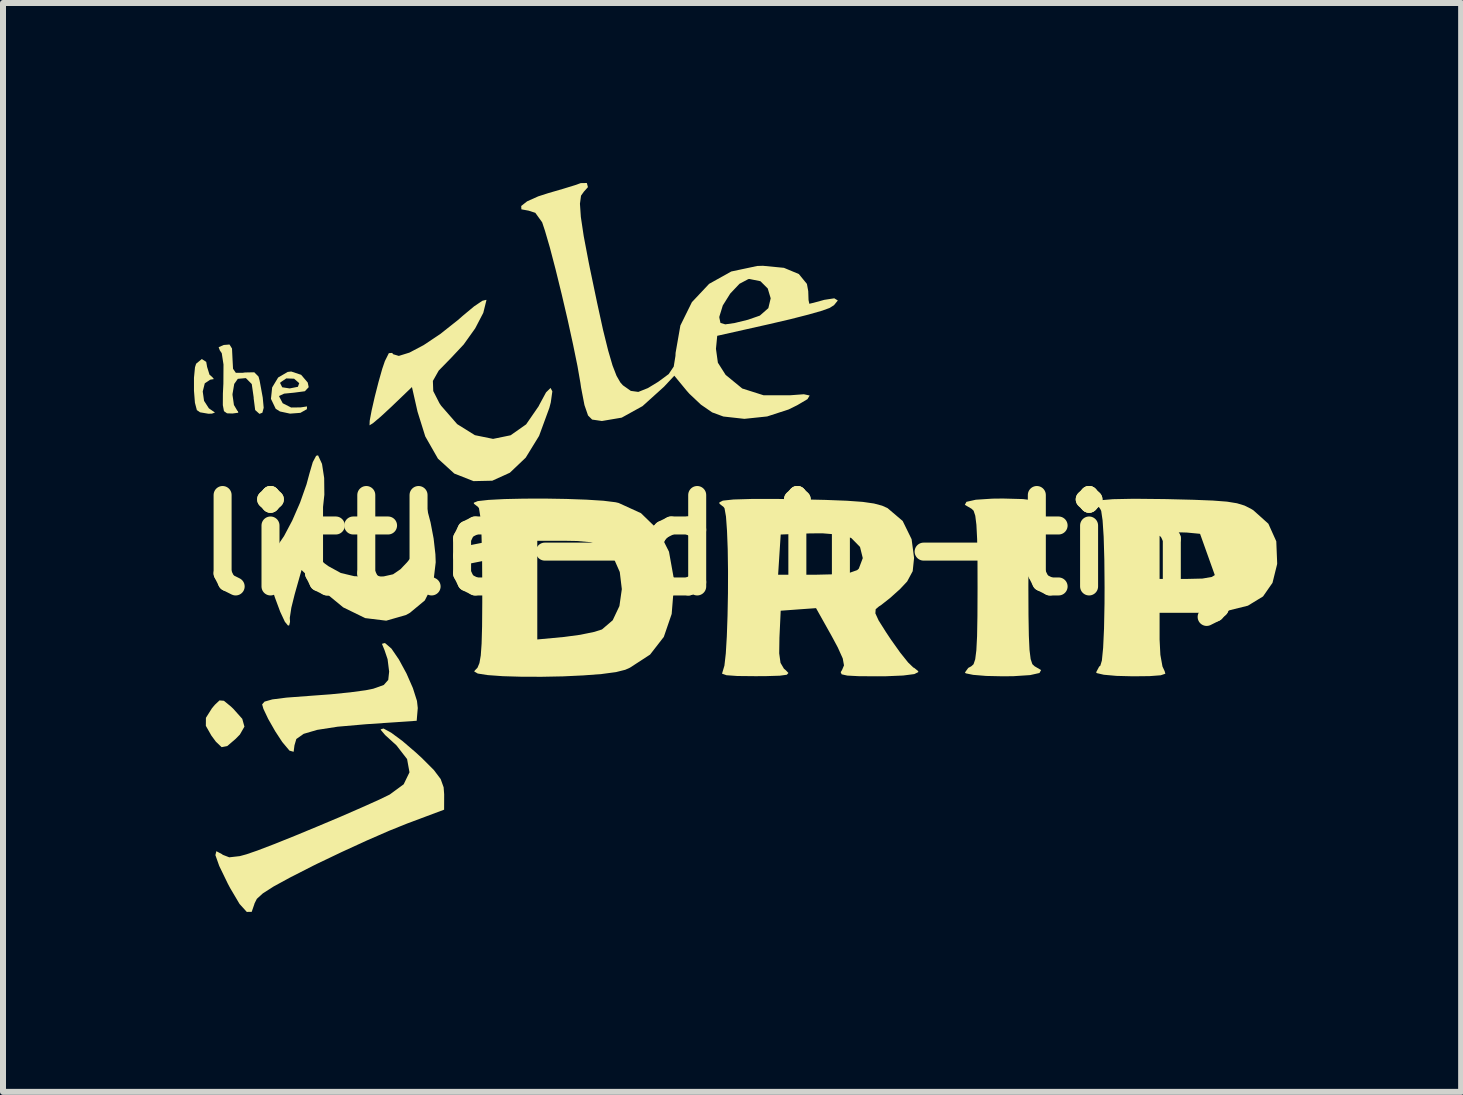
<source format=kicad_pcb>
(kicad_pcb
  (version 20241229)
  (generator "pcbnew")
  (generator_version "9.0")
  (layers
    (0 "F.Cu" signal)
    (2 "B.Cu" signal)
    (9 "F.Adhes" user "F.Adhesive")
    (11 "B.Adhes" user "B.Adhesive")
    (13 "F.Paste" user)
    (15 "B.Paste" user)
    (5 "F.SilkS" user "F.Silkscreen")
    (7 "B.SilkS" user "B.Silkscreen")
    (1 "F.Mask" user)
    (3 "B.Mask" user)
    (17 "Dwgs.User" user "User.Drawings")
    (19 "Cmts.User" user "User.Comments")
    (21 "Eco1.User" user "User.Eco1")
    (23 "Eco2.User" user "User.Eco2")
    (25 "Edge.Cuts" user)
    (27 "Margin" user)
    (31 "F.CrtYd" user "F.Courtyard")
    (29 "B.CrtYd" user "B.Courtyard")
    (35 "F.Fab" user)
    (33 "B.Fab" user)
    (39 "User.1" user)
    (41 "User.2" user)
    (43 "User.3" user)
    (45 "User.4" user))
  (footprint "little-drip-tiny"
    (layer "F.Cu")
    (at 9.151 6.035)
    (property "Reference" "little-drip-tiny" (at 0 0 0) (layer "F.SilkS") (effects (font (size 1.524 1.524) (thickness 0.3))))
    (attr board_only exclude_from_pos_files exclude_from_bom)
    (fp_poly (pts (xy -8.469 2.595) (xy -8.353 2.69) (xy -8.313 2.728) (xy -8.163 2.896) (xy -8.127 3.026) (xy -8.203 3.158) (xy -8.277 3.233) (xy -8.414 3.35) (xy -8.507 3.368) (xy -8.602 3.278) (xy -8.678 3.175) (xy -8.77 3.013) (xy -8.769 2.879) (xy -8.668 2.719) (xy -8.62 2.662) (xy -8.543 2.589)) (stroke (width 0) (type solid)) (fill yes) (layer "F.SilkS"))
    (fp_poly (pts (xy -8.764 -3.054) (xy -8.749 -2.969) (xy -8.709 -2.84) (xy -8.661 -2.798) (xy -8.636 -2.767) (xy -8.696 -2.757) (xy -8.788 -2.696) (xy -8.822 -2.56) (xy -8.8 -2.404) (xy -8.72 -2.28) (xy -8.696 -2.263) (xy -8.618 -2.209) (xy -8.668 -2.191) (xy -8.727 -2.189) (xy -8.867 -2.213) (xy -8.92 -2.25) (xy -8.952 -2.372) (xy -8.968 -2.572) (xy -8.968 -2.789) (xy -8.951 -2.964) (xy -8.932 -3.023) (xy -8.838 -3.101)) (stroke (width 0) (type solid)) (fill yes) (layer "F.SilkS"))
    (fp_poly (pts (xy -7.182 -2.838) (xy -7.072 -2.709) (xy -7.056 -2.632) (xy -7.12 -2.564) (xy -7.302 -2.54) (xy -7.303 -2.54) (xy -7.466 -2.524) (xy -7.547 -2.486) (xy -7.549 -2.478) (xy -7.489 -2.364) (xy -7.349 -2.293) (xy -7.191 -2.295) (xy -7.084 -2.311) (xy -7.086 -2.265) (xy -7.194 -2.204) (xy -7.367 -2.191) (xy -7.535 -2.227) (xy -7.606 -2.272) (xy -7.685 -2.437) (xy -7.665 -2.627) (xy -7.622 -2.699) (xy -7.532 -2.699) (xy -7.497 -2.63) (xy -7.373 -2.611) (xy -7.236 -2.638) (xy -7.214 -2.699) (xy -7.299 -2.773) (xy -7.429 -2.778) (xy -7.525 -2.714) (xy -7.532 -2.699) (xy -7.622 -2.699) (xy -7.565 -2.793) (xy -7.406 -2.886) (xy -7.347 -2.893)) (stroke (width 0) (type solid)) (fill yes) (layer "F.SilkS"))
    (fp_poly (pts (xy -5.779 1.637) (xy -5.677 1.725) (xy -5.553 1.906) (xy -5.426 2.14) (xy -5.319 2.384) (xy -5.251 2.598) (xy -5.238 2.716) (xy -5.256 2.928) (xy -6.103 2.986) (xy -6.573 3.027) (xy -6.915 3.08) (xy -7.14 3.146) (xy -7.262 3.232) (xy -7.293 3.337) (xy -7.307 3.445) (xy -7.376 3.426) (xy -7.497 3.282) (xy -7.614 3.103) (xy -7.732 2.896) (xy -7.811 2.729) (xy -7.832 2.655) (xy -7.792 2.609) (xy -7.662 2.572) (xy -7.425 2.542) (xy -7.064 2.515) (xy -7.038 2.513) (xy -6.687 2.487) (xy -6.362 2.454) (xy -6.104 2.419) (xy -5.98 2.394) (xy -5.805 2.332) (xy -5.73 2.247) (xy -5.715 2.109) (xy -5.741 1.902) (xy -5.792 1.751) (xy -5.835 1.646) (xy -5.792 1.633)) (stroke (width 0) (type solid)) (fill yes) (layer "F.SilkS"))
    (fp_poly (pts (xy -8.334 -3.276) (xy -8.326 -3.11) (xy -8.317 -2.939) (xy -8.271 -2.872) (xy -8.153 -2.872) (xy -8.117 -2.877) (xy -7.963 -2.88) (xy -7.892 -2.808) (xy -7.874 -2.742) (xy -7.822 -2.459) (xy -7.806 -2.288) (xy -7.828 -2.206) (xy -7.877 -2.187) (xy -7.948 -2.251) (xy -7.973 -2.446) (xy -7.973 -2.462) (xy -8.005 -2.684) (xy -8.103 -2.783) (xy -8.237 -2.771) (xy -8.297 -2.686) (xy -8.325 -2.522) (xy -8.326 -2.505) (xy -8.302 -2.335) (xy -8.244 -2.237) (xy -8.237 -2.234) (xy -8.229 -2.206) (xy -8.326 -2.193) (xy -8.417 -2.196) (xy -8.468 -2.232) (xy -8.487 -2.332) (xy -8.486 -2.525) (xy -8.478 -2.691) (xy -8.476 -3.01) (xy -8.505 -3.198) (xy -8.537 -3.245) (xy -8.557 -3.298) (xy -8.473 -3.335) (xy -8.376 -3.343)) (stroke (width 0) (type solid)) (fill yes) (layer "F.SilkS"))
    (fp_poly (pts (xy 4.849 -0.767) (xy 5.064 -0.74) (xy 5.154 -0.697) (xy 5.114 -0.641) (xy 5.045 -0.609) (xy 5.006 -0.575) (xy 4.978 -0.492) (xy 4.959 -0.342) (xy 4.947 -0.108) (xy 4.941 0.23) (xy 4.939 0.691) (xy 4.939 0.706) (xy 4.941 1.169) (xy 4.947 1.511) (xy 4.958 1.748) (xy 4.977 1.9) (xy 5.005 1.984) (xy 5.043 2.02) (xy 5.045 2.021) (xy 5.151 2.083) (xy 5.124 2.132) (xy 4.968 2.167) (xy 4.691 2.185) (xy 4.516 2.187) (xy 4.236 2.181) (xy 4.019 2.163) (xy 3.897 2.138) (xy 3.881 2.124) (xy 3.937 2.047) (xy 3.986 2.021) (xy 4.025 1.986) (xy 4.053 1.903) (xy 4.072 1.753) (xy 4.084 1.519) (xy 4.09 1.181) (xy 4.092 0.72) (xy 4.092 0.706) (xy 4.091 0.242) (xy 4.085 -0.1) (xy 4.073 -0.337) (xy 4.054 -0.489) (xy 4.026 -0.573) (xy 3.988 -0.609) (xy 3.986 -0.609) (xy 3.88 -0.671) (xy 3.907 -0.721) (xy 4.063 -0.756) (xy 4.34 -0.774) (xy 4.516 -0.776)) (stroke (width 0) (type solid)) (fill yes) (layer "F.SilkS"))
    (fp_poly (pts (xy -5.681 3.127) (xy -5.494 3.265) (xy -5.269 3.458) (xy -5.17 3.549) (xy -4.969 3.75) (xy -4.856 3.9) (xy -4.807 4.037) (xy -4.798 4.155) (xy -4.799 4.41) (xy -5.416 4.641) (xy -5.714 4.761) (xy -6.092 4.926) (xy -6.506 5.116) (xy -6.912 5.31) (xy -6.985 5.346) (xy -7.369 5.542) (xy -7.642 5.691) (xy -7.82 5.805) (xy -7.92 5.896) (xy -7.959 5.973) (xy -7.96 5.98) (xy -8.006 6.113) (xy -8.088 6.114) (xy -8.208 5.982) (xy -8.366 5.715) (xy -8.403 5.645) (xy -8.547 5.348) (xy -8.611 5.167) (xy -8.595 5.102) (xy -8.5 5.152) (xy -8.489 5.162) (xy -8.38 5.204) (xy -8.204 5.184) (xy -8.094 5.154) (xy -7.911 5.091) (xy -7.631 4.984) (xy -7.285 4.845) (xy -6.906 4.688) (xy -6.524 4.527) (xy -6.171 4.373) (xy -5.879 4.242) (xy -5.706 4.158) (xy -5.473 3.987) (xy -5.376 3.787) (xy -5.416 3.567) (xy -5.594 3.337) (xy -5.648 3.288) (xy -5.782 3.166) (xy -5.853 3.082) (xy -5.856 3.071) (xy -5.809 3.057)) (stroke (width 0) (type solid)) (fill yes) (layer "F.SilkS"))
    (fp_poly (pts (xy -4.094 -4.08) (xy -4.146 -3.871) (xy -4.281 -3.612) (xy -4.473 -3.343) (xy -4.681 -3.121) (xy -4.889 -2.908) (xy -4.986 -2.736) (xy -4.98 -2.567) (xy -4.877 -2.365) (xy -4.849 -2.323) (xy -4.581 -2.016) (xy -4.286 -1.832) (xy -3.983 -1.77) (xy -3.691 -1.83) (xy -3.432 -2.012) (xy -3.223 -2.315) (xy -3.212 -2.338) (xy -3.1 -2.545) (xy -3.025 -2.619) (xy -2.995 -2.562) (xy -3.021 -2.378) (xy -3.045 -2.286) (xy -3.216 -1.82) (xy -3.439 -1.457) (xy -3.703 -1.206) (xy -3.996 -1.073) (xy -4.309 -1.066) (xy -4.629 -1.192) (xy -4.902 -1.441) (xy -5.113 -1.811) (xy -5.242 -2.224) (xy -5.335 -2.634) (xy -5.678 -2.305) (xy -5.853 -2.143) (xy -5.984 -2.032) (xy -6.042 -1.996) (xy -6.042 -1.997) (xy -6.039 -2.073) (xy -6.007 -2.244) (xy -5.955 -2.472) (xy -5.893 -2.715) (xy -5.831 -2.935) (xy -5.786 -3.067) (xy -5.72 -3.199) (xy -5.665 -3.203) (xy -5.648 -3.181) (xy -5.554 -3.153) (xy -5.377 -3.208) (xy -5.14 -3.333) (xy -4.863 -3.518) (xy -4.569 -3.751) (xy -4.484 -3.825) (xy -4.299 -3.979) (xy -4.161 -4.072) (xy -4.096 -4.088)) (stroke (width 0) (type solid)) (fill yes) (layer "F.SilkS"))
    (fp_poly (pts (xy -6.834 -1.353) (xy -6.798 -1.118) (xy -6.795 -0.838) (xy -6.826 -0.559) (xy -6.87 -0.382) (xy -6.952 -0.115) (xy -6.971 0.063) (xy -6.919 0.191) (xy -6.788 0.308) (xy -6.725 0.353) (xy -6.521 0.465) (xy -6.298 0.518) (xy -6.05 0.529) (xy -5.806 0.522) (xy -5.65 0.487) (xy -5.527 0.403) (xy -5.419 0.29) (xy -5.303 0.147) (xy -5.242 0.019) (xy -5.224 -0.145) (xy -5.234 -0.398) (xy -5.242 -0.628) (xy -5.232 -0.79) (xy -5.21 -0.847) (xy -5.151 -0.783) (xy -5.087 -0.614) (xy -5.025 -0.378) (xy -4.974 -0.111) (xy -4.944 0.153) (xy -4.939 0.286) (xy -4.982 0.65) (xy -5.121 0.923) (xy -5.369 1.129) (xy -5.436 1.166) (xy -5.764 1.26) (xy -6.114 1.217) (xy -6.481 1.038) (xy -6.851 0.733) (xy -7.175 0.415) (xy -7.289 0.818) (xy -7.345 1.043) (xy -7.371 1.213) (xy -7.367 1.28) (xy -7.381 1.338) (xy -7.401 1.341) (xy -7.453 1.278) (xy -7.531 1.111) (xy -7.62 0.871) (xy -7.652 0.772) (xy -7.734 0.511) (xy -7.796 0.308) (xy -7.829 0.194) (xy -7.832 0.181) (xy -7.774 0.147) (xy -7.698 0.123) (xy -7.595 0.038) (xy -7.467 -0.15) (xy -7.33 -0.409) (xy -7.2 -0.707) (xy -7.092 -1.013) (xy -7.044 -1.191) (xy -6.988 -1.382) (xy -6.932 -1.488) (xy -6.9 -1.496)) (stroke (width 0) (type solid)) (fill yes) (layer "F.SilkS"))
    (fp_poly (pts (xy -2.758 -0.769) (xy -2.425 -0.757) (xy -2.143 -0.739) (xy -1.941 -0.714) (xy -1.89 -0.702) (xy -1.518 -0.532) (xy -1.236 -0.258) (xy -1.051 0.11) (xy -0.97 0.561) (xy -0.967 0.665) (xy -1.006 1.148) (xy -1.137 1.53) (xy -1.366 1.825) (xy -1.701 2.043) (xy -1.779 2.078) (xy -1.934 2.117) (xy -2.174 2.149) (xy -2.477 2.172) (xy -2.816 2.188) (xy -3.17 2.195) (xy -3.513 2.194) (xy -3.822 2.185) (xy -4.071 2.167) (xy -4.238 2.141) (xy -4.298 2.106) (xy -4.286 2.089) (xy -4.242 2.043) (xy -4.21 1.966) (xy -4.188 1.84) (xy -4.174 1.643) (xy -4.172 1.573) (xy -3.246 1.573) (xy -2.798 1.531) (xy -2.53 1.495) (xy -2.293 1.446) (xy -2.168 1.406) (xy -1.989 1.253) (xy -1.877 1.016) (xy -1.837 0.734) (xy -1.871 0.449) (xy -1.981 0.2) (xy -2.078 0.091) (xy -2.207 0.001) (xy -2.361 -0.048) (xy -2.585 -0.068) (xy -2.756 -0.071) (xy -3.246 -0.071) (xy -3.246 1.573) (xy -4.172 1.573) (xy -4.166 1.357) (xy -4.163 0.961) (xy -4.163 0.68) (xy -4.166 0.184) (xy -4.177 -0.203) (xy -4.195 -0.472) (xy -4.218 -0.614) (xy -4.233 -0.635) (xy -4.302 -0.689) (xy -4.304 -0.706) (xy -4.238 -0.733) (xy -4.059 -0.753) (xy -3.794 -0.767) (xy -3.47 -0.774) (xy -3.116 -0.775)) (stroke (width 0) (type solid)) (fill yes) (layer "F.SilkS"))
    (fp_poly (pts (xy 7.19 -0.767) (xy 7.25 -0.766) (xy 7.691 -0.755) (xy 8.017 -0.742) (xy 8.25 -0.724) (xy 8.416 -0.697) (xy 8.541 -0.659) (xy 8.647 -0.606) (xy 8.688 -0.581) (xy 8.939 -0.356) (xy 9.071 -0.063) (xy 9.086 0.306) (xy 9.084 0.322) (xy 9.008 0.629) (xy 8.85 0.856) (xy 8.598 1.01) (xy 8.24 1.099) (xy 7.764 1.129) (xy 7.728 1.129) (xy 7.126 1.129) (xy 7.126 1.573) (xy 7.139 1.829) (xy 7.174 2.023) (xy 7.211 2.103) (xy 7.222 2.144) (xy 7.145 2.17) (xy 6.959 2.184) (xy 6.682 2.187) (xy 6.407 2.18) (xy 6.196 2.161) (xy 6.08 2.134) (xy 6.068 2.121) (xy 6.119 2.025) (xy 6.138 2.011) (xy 6.164 1.925) (xy 6.185 1.714) (xy 6.2 1.391) (xy 6.208 0.973) (xy 6.209 0.706) (xy 6.208 0.564) (xy 7.126 0.564) (xy 7.583 0.564) (xy 7.84 0.558) (xy 7.996 0.531) (xy 8.092 0.472) (xy 8.145 0.404) (xy 8.215 0.195) (xy 8.169 -0.000039) (xy 8.018 -0.136) (xy 7.994 -0.147) (xy 7.82 -0.186) (xy 7.58 -0.209) (xy 7.474 -0.212) (xy 7.126 -0.212) (xy 7.126 0.564) (xy 6.208 0.564) (xy 6.205 0.24) (xy 6.194 -0.137) (xy 6.176 -0.412) (xy 6.153 -0.569) (xy 6.138 -0.6) (xy 6.07 -0.696) (xy 6.068 -0.717) (xy 6.138 -0.747) (xy 6.348 -0.765) (xy 6.699 -0.772)) (stroke (width 0) (type solid)) (fill yes) (layer "F.SilkS"))
    (fp_poly (pts (xy 0.766 -0.769) (xy 1.076 -0.764) (xy 1.555 -0.753) (xy 1.915 -0.739) (xy 2.179 -0.72) (xy 2.366 -0.693) (xy 2.501 -0.657) (xy 2.592 -0.616) (xy 2.844 -0.402) (xy 2.993 -0.098) (xy 3.034 0.215) (xy 3.011 0.435) (xy 2.919 0.606) (xy 2.803 0.73) (xy 2.633 0.883) (xy 2.485 0.999) (xy 2.448 1.023) (xy 2.394 1.069) (xy 2.389 1.138) (xy 2.443 1.256) (xy 2.566 1.451) (xy 2.645 1.57) (xy 2.802 1.791) (xy 2.935 1.957) (xy 3.022 2.041) (xy 3.035 2.046) (xy 3.102 2.1) (xy 3.104 2.117) (xy 3.038 2.15) (xy 2.851 2.174) (xy 2.566 2.186) (xy 2.426 2.187) (xy 2.113 2.185) (xy 1.921 2.175) (xy 1.827 2.154) (xy 1.811 2.118) (xy 1.833 2.083) (xy 1.866 2.005) (xy 1.845 1.889) (xy 1.762 1.705) (xy 1.66 1.515) (xy 1.4 1.051) (xy 1.106 1.072) (xy 0.811 1.094) (xy 0.79 1.542) (xy 0.786 1.804) (xy 0.808 1.963) (xy 0.865 2.06) (xy 0.896 2.086) (xy 0.94 2.132) (xy 0.913 2.161) (xy 0.795 2.177) (xy 0.565 2.184) (xy 0.392 2.185) (xy 0.088 2.182) (xy -0.093 2.169) (xy -0.167 2.143) (xy -0.155 2.103) (xy -0.127 2.009) (xy -0.104 1.806) (xy -0.087 1.52) (xy -0.075 1.177) (xy -0.068 0.803) (xy -0.067 0.494) (xy 0.768 0.494) (xy 1.399 0.494) (xy 1.738 0.486) (xy 1.959 0.462) (xy 2.084 0.418) (xy 2.113 0.392) (xy 2.179 0.217) (xy 2.133 0.031) (xy 1.991 -0.114) (xy 1.976 -0.122) (xy 1.791 -0.173) (xy 1.51 -0.196) (xy 1.305 -0.195) (xy 0.811 -0.176) (xy 0.768 0.494) (xy -0.067 0.494) (xy -0.067 0.425) (xy -0.072 0.068) (xy -0.084 -0.241) (xy -0.101 -0.476) (xy -0.125 -0.612) (xy -0.141 -0.635) (xy -0.209 -0.689) (xy -0.212 -0.711) (xy -0.153 -0.741) (xy 0.025 -0.76) (xy 0.33 -0.769)) (stroke (width 0) (type solid)) (fill yes) (layer "F.SilkS"))
    (fp_poly (pts (xy -2.402 -5.966) (xy -2.469 -5.891) (xy -2.517 -5.824) (xy -2.535 -5.689) (xy -2.52 -5.469) (xy -2.472 -5.149) (xy -2.389 -4.712) (xy -2.369 -4.613) (xy -2.249 -4.039) (xy -2.15 -3.587) (xy -2.065 -3.244) (xy -1.992 -2.994) (xy -1.925 -2.821) (xy -1.861 -2.71) (xy -1.819 -2.663) (xy -1.687 -2.57) (xy -1.562 -2.553) (xy -1.402 -2.617) (xy -1.231 -2.721) (xy -1.056 -2.85) (xy -0.972 -2.975) (xy -0.943 -3.154) (xy -0.941 -3.203) (xy -0.861 -3.66) (xy -0.796 -3.792) (xy -0.212 -3.792) (xy -0.193 -3.703) (xy -0.113 -3.679) (xy 0.042 -3.701) (xy 0.266 -3.756) (xy 0.459 -3.823) (xy 0.465 -3.826) (xy 0.605 -3.949) (xy 0.644 -4.113) (xy 0.595 -4.277) (xy 0.473 -4.398) (xy 0.29 -4.435) (xy 0.271 -4.433) (xy 0.124 -4.355) (xy -0.03 -4.192) (xy -0.154 -3.994) (xy -0.211 -3.809) (xy -0.212 -3.792) (xy -0.796 -3.792) (xy -0.669 -4.049) (xy -0.382 -4.354) (xy -0.013 -4.56) (xy 0.42 -4.652) (xy 0.515 -4.655) (xy 0.865 -4.621) (xy 1.113 -4.518) (xy 1.248 -4.353) (xy 1.27 -4.232) (xy 1.275 -4.084) (xy 1.288 -4.022) (xy 1.288 -4.022) (xy 1.361 -4.039) (xy 1.514 -4.081) (xy 1.535 -4.087) (xy 1.704 -4.113) (xy 1.763 -4.077) (xy 1.699 -3.998) (xy 1.623 -3.951) (xy 1.502 -3.907) (xy 1.274 -3.842) (xy 0.973 -3.765) (xy 0.63 -3.685) (xy 0.617 -3.682) (xy -0.247 -3.488) (xy -0.268 -3.271) (xy -0.236 -3.04) (xy -0.107 -2.837) (xy 0.17 -2.61) (xy 0.526 -2.497) (xy 0.964 -2.497) (xy 0.967 -2.497) (xy 1.197 -2.514) (xy 1.294 -2.493) (xy 1.257 -2.432) (xy 1.086 -2.331) (xy 0.942 -2.26) (xy 0.585 -2.144) (xy 0.206 -2.104) (xy -0.145 -2.143) (xy -0.332 -2.212) (xy -0.519 -2.341) (xy -0.711 -2.522) (xy -0.757 -2.574) (xy -0.962 -2.823) (xy -1.134 -2.639) (xy -1.492 -2.316) (xy -1.839 -2.124) (xy -2.169 -2.068) (xy -2.332 -2.092) (xy -2.4 -2.16) (xy -2.46 -2.334) (xy -2.517 -2.63) (xy -2.527 -2.701) (xy -2.576 -2.983) (xy -2.65 -3.345) (xy -2.74 -3.756) (xy -2.84 -4.184) (xy -2.941 -4.595) (xy -3.036 -4.958) (xy -3.118 -5.239) (xy -3.165 -5.38) (xy -3.279 -5.538) (xy -3.391 -5.574) (xy -3.511 -5.596) (xy -3.514 -5.652) (xy -3.416 -5.729) (xy -3.231 -5.812) (xy -3.063 -5.866) (xy -2.819 -5.937) (xy -2.617 -5.999) (xy -2.522 -6.033) (xy -2.42 -6.035)) (stroke (width 0) (type solid)) (fill yes) (layer "F.SilkS")))
  (gr_rect
    (start -3 -3)
    (end 21.303 15.148)
    (stroke (width 0.1) (type default))
    (fill no)
    (layer "Edge.Cuts")))
</source>
